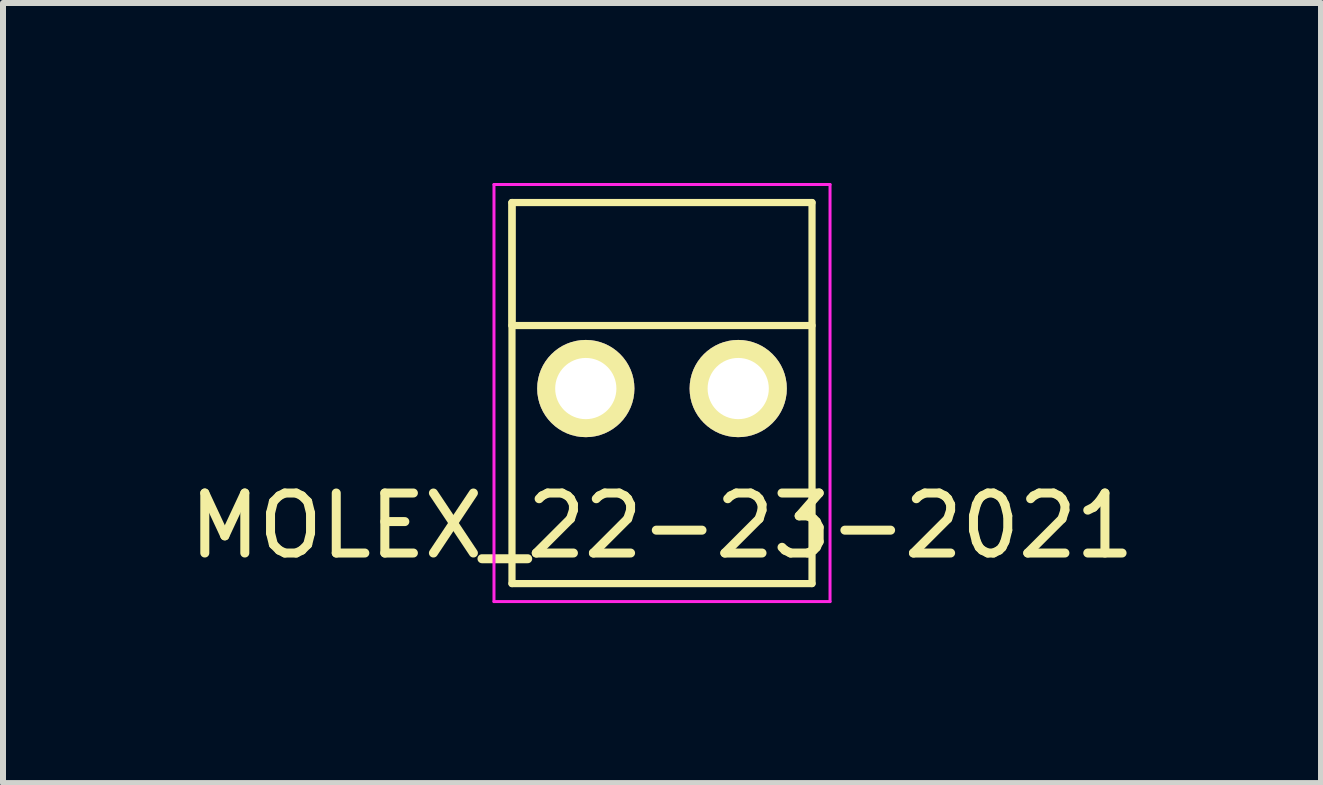
<source format=kicad_pcb>
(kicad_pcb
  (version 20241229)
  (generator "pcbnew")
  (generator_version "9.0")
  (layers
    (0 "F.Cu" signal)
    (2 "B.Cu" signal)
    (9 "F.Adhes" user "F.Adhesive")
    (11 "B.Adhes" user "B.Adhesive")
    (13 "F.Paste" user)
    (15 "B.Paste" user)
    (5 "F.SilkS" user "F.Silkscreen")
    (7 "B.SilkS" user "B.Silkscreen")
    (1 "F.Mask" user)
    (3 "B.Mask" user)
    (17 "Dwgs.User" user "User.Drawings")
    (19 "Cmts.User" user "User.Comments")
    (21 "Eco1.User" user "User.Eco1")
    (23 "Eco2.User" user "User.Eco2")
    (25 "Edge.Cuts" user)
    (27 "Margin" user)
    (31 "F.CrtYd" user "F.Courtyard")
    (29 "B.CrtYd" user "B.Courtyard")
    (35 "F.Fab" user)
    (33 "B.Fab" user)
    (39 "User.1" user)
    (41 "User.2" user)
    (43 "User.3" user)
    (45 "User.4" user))
  (footprint "MOLEX_22-23-2021"
    (layer "F.Cu")
    (at 7.982 3.425)
    (property "Reference" "MOLEX_22-23-2021" (at 0 2.286 0) (layer "F.SilkS") (effects (font (size 1 1) (thickness 0.15))))
    (attr through_hole)
    (fp_line (start -2.5 -3.1) (end -2.5 -1.05) (stroke (width 0.12) (type solid)) (layer "F.SilkS"))
    (fp_line (start -2.5 -3.1) (end -2.5 3.25) (stroke (width 0.12) (type solid)) (layer "F.SilkS"))
    (fp_line (start -2.5 -1.05) (end 2.5 -1.05) (stroke (width 0.12) (type solid)) (layer "F.SilkS"))
    (fp_line (start -2.5 3.25) (end 2.5 3.25) (stroke (width 0.12) (type solid)) (layer "F.SilkS"))
    (fp_line (start 2.5 -3.1) (end -2.5 -3.1) (stroke (width 0.12) (type solid)) (layer "F.SilkS"))
    (fp_line (start 2.5 3.25) (end 2.5 -3.1) (stroke (width 0.12) (type solid)) (layer "F.SilkS"))
    (fp_line (start -2.8 -3.4) (end -2.8 3.55) (stroke (width 0.05) (type solid)) (layer "F.CrtYd"))
    (fp_line (start -2.8 3.55) (end 2.8 3.55) (stroke (width 0.05) (type solid)) (layer "F.CrtYd"))
    (fp_line (start 2.8 -3.4) (end -2.8 -3.4) (stroke (width 0.05) (type solid)) (layer "F.CrtYd"))
    (fp_line (start 2.8 3.55) (end 2.8 -3.4) (stroke (width 0.05) (type solid)) (layer "F.CrtYd"))
    (pad "1" thru_hole circle (at -1.27 0) (size 1.62 1.62) (drill 1.02) (layers "*.Cu" "*.Mask" "F.SilkS"))
    (pad "2" thru_hole circle (at 1.27 0) (size 1.62 1.62) (drill 1.02) (layers "*.Cu" "*.Mask" "F.SilkS")))
  (gr_rect
    (start -3 -3)
    (end 18.964 10)
    (stroke (width 0.1) (type default))
    (fill no)
    (layer "Edge.Cuts")))
</source>
